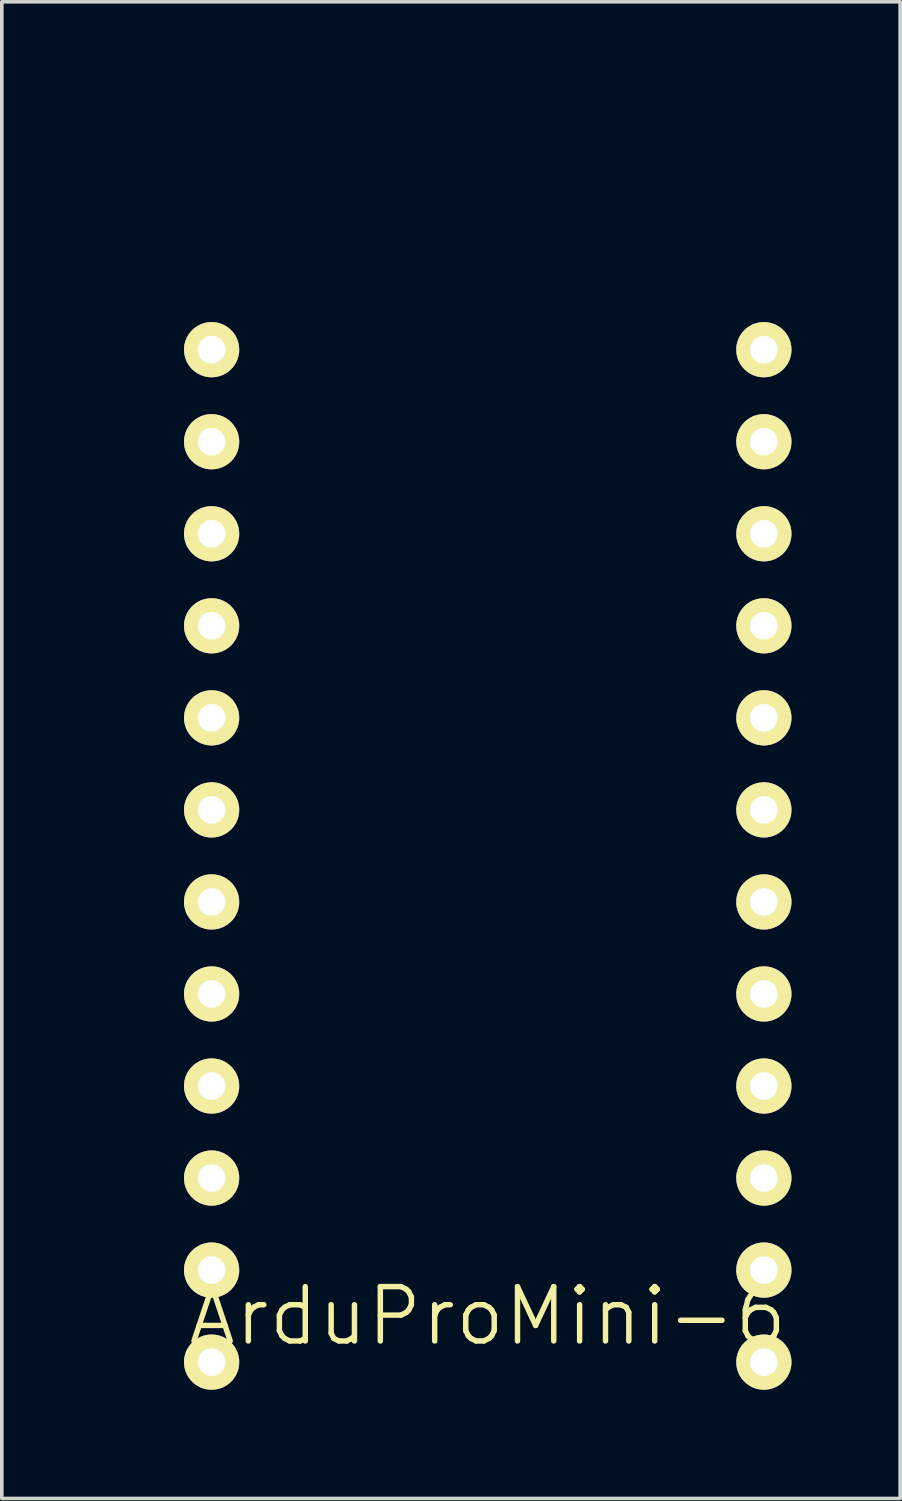
<source format=kicad_pcb>
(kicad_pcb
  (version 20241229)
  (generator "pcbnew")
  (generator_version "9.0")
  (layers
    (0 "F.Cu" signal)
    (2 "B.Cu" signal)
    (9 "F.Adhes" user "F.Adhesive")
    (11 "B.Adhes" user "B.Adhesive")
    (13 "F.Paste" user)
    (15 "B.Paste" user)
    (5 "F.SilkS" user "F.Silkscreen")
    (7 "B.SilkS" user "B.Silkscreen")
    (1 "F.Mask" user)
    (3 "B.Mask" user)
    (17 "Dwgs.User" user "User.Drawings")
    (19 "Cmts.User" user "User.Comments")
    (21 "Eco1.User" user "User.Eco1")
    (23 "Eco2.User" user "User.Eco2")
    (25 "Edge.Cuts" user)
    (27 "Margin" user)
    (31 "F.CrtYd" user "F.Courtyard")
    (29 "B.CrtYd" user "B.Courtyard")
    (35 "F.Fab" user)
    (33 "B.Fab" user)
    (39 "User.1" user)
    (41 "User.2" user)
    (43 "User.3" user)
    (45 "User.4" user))
  (footprint "ArduProMini-6"
    (layer "F.Cu")
    (at 0.25 0.25)
    (property "Reference" "ArduProMini-6" (at 10.16 33.02 0) (layer "F.SilkS") (effects (font (size 1.5 1.5) (thickness 0.15))))
    (attr through_hole)
    (pad "7" thru_hole circle (at 2.54 6.35) (size 1.524 1.524) (drill 0.762) (layers "*.Cu" "*.Mask" "F.SilkS"))
    (pad "8" thru_hole circle (at 2.54 8.89) (size 1.524 1.524) (drill 0.762) (layers "*.Cu" "*.Mask" "F.SilkS"))
    (pad "9" thru_hole circle (at 2.54 11.43) (size 1.524 1.524) (drill 0.762) (layers "*.Cu" "*.Mask" "F.SilkS"))
    (pad "10" thru_hole circle (at 2.54 13.97) (size 1.524 1.524) (drill 0.762) (layers "*.Cu" "*.Mask" "F.SilkS"))
    (pad "11" thru_hole circle (at 2.54 16.51) (size 1.524 1.524) (drill 0.762) (layers "*.Cu" "*.Mask" "F.SilkS"))
    (pad "12" thru_hole circle (at 2.54 19.05) (size 1.524 1.524) (drill 0.762) (layers "*.Cu" "*.Mask" "F.SilkS"))
    (pad "13" thru_hole circle (at 2.54 21.59) (size 1.524 1.524) (drill 0.762) (layers "*.Cu" "*.Mask" "F.SilkS"))
    (pad "14" thru_hole circle (at 2.54 24.13) (size 1.524 1.524) (drill 0.762) (layers "*.Cu" "*.Mask" "F.SilkS"))
    (pad "15" thru_hole circle (at 2.54 26.67) (size 1.524 1.524) (drill 0.762) (layers "*.Cu" "*.Mask" "F.SilkS"))
    (pad "16" thru_hole circle (at 2.54 29.21) (size 1.524 1.524) (drill 0.762) (layers "*.Cu" "*.Mask" "F.SilkS"))
    (pad "17" thru_hole circle (at 2.54 31.75) (size 1.524 1.524) (drill 0.762) (layers "*.Cu" "*.Mask" "F.SilkS"))
    (pad "18" thru_hole circle (at 2.54 34.29) (size 1.524 1.524) (drill 0.762) (layers "*.Cu" "*.Mask" "F.SilkS"))
    (pad "19" thru_hole circle (at 17.78 6.35) (size 1.524 1.524) (drill 0.762) (layers "*.Cu" "*.Mask" "F.SilkS"))
    (pad "20" thru_hole circle (at 17.78 8.89) (size 1.524 1.524) (drill 0.762) (layers "*.Cu" "*.Mask" "F.SilkS"))
    (pad "21" thru_hole circle (at 17.78 11.43) (size 1.524 1.524) (drill 0.762) (layers "*.Cu" "*.Mask" "F.SilkS"))
    (pad "22" thru_hole circle (at 17.78 13.97) (size 1.524 1.524) (drill 0.762) (layers "*.Cu" "*.Mask" "F.SilkS"))
    (pad "23" thru_hole circle (at 17.78 16.51) (size 1.524 1.524) (drill 0.762) (layers "*.Cu" "*.Mask" "F.SilkS"))
    (pad "24" thru_hole circle (at 17.78 19.05) (size 1.524 1.524) (drill 0.762) (layers "*.Cu" "*.Mask" "F.SilkS"))
    (pad "25" thru_hole circle (at 17.78 21.59) (size 1.524 1.524) (drill 0.762) (layers "*.Cu" "*.Mask" "F.SilkS"))
    (pad "26" thru_hole circle (at 17.78 24.13) (size 1.524 1.524) (drill 0.762) (layers "*.Cu" "*.Mask" "F.SilkS"))
    (pad "27" thru_hole circle (at 17.78 26.67) (size 1.524 1.524) (drill 0.762) (layers "*.Cu" "*.Mask" "F.SilkS"))
    (pad "28" thru_hole circle (at 17.78 29.21) (size 1.524 1.524) (drill 0.762) (layers "*.Cu" "*.Mask" "F.SilkS"))
    (pad "29" thru_hole circle (at 17.78 31.75) (size 1.524 1.524) (drill 0.762) (layers "*.Cu" "*.Mask" "F.SilkS"))
    (pad "30" thru_hole circle (at 17.78 34.29) (size 1.524 1.524) (drill 0.762) (layers "*.Cu" "*.Mask" "F.SilkS")))
  (gr_rect
    (start -3 -3)
    (end 21.792 38.302)
    (stroke (width 0.1) (type default))
    (fill no)
    (layer "Edge.Cuts")))
</source>
